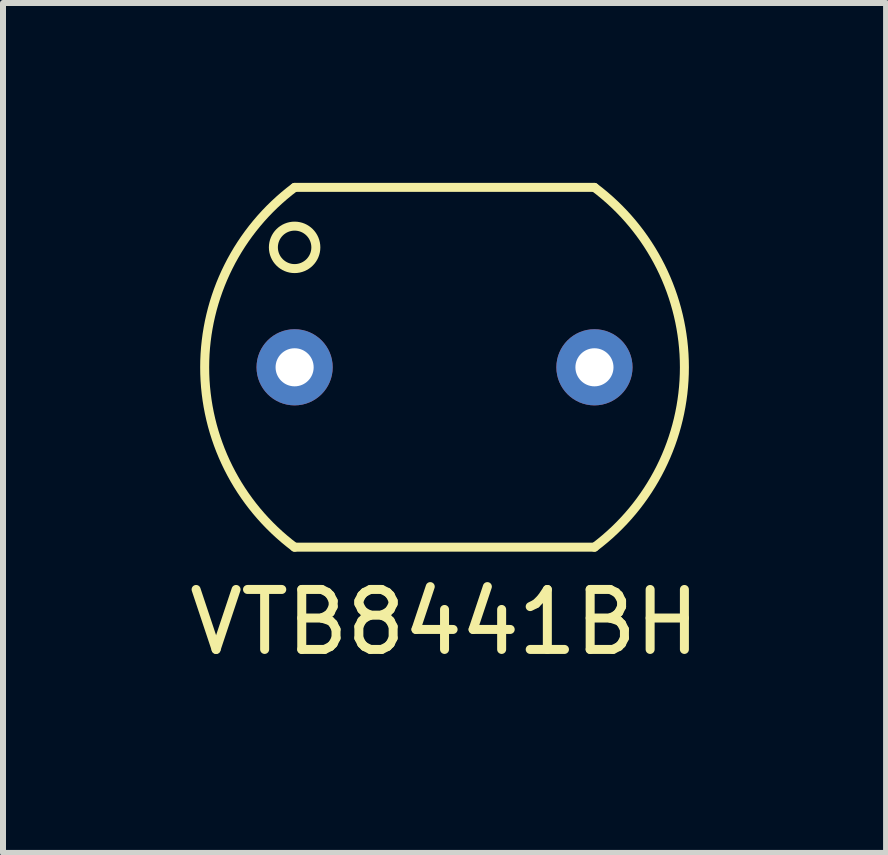
<source format=kicad_pcb>
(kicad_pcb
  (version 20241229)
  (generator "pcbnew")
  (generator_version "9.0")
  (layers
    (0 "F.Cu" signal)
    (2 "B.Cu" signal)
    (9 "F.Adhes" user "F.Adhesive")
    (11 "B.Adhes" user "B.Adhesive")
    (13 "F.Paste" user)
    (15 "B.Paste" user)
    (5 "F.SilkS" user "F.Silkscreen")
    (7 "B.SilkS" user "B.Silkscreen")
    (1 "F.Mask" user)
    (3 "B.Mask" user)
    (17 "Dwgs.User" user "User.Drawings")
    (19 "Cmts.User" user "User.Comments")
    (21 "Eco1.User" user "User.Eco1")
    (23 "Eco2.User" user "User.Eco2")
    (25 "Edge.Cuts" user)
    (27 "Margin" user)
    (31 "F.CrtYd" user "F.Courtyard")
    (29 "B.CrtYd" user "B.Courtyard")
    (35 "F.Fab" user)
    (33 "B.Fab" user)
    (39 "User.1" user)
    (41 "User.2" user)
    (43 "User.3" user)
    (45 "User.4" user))
  (footprint "VTB8441BH"
    (layer "F.Cu")
    (at 4.363 3.075)
    (property "Reference" "VTB8441BH" (at 0 4.25 0) (layer "F.SilkS") (effects (font (size 1 1) (thickness 0.15))))
    (attr through_hole)
    (fp_line (start -2.5 -3) (end 2.5 -3) (stroke (width 0.15) (type solid)) (layer "F.SilkS"))
    (fp_line (start -2.5 3) (end 2.5 3) (stroke (width 0.15) (type solid)) (layer "F.SilkS"))
    (fp_arc (start -2.499999 3) (mid -3.999999 0.000001) (end -2.5 -2.999999) (stroke (width 0.15) (type solid)) (layer "F.SilkS"))
    (fp_arc (start 2.499999 -3) (mid 3.999999 -0.000001) (end 2.5 2.999999) (stroke (width 0.15) (type solid)) (layer "F.SilkS"))
    (fp_circle (center -2.5 -2) (end -2.146 -2) (stroke (width 0.15) (type solid)) (fill no) (layer "F.SilkS"))
    (pad "1" thru_hole circle (at -2.5 0) (size 1.27 1.27) (drill 0.635) (layers "*.Cu" "*.Mask"))
    (pad "2" thru_hole circle (at 2.5 0) (size 1.27 1.27) (drill 0.635) (layers "*.Cu" "*.Mask")))
  (gr_rect
    (start -3 -3)
    (end 11.726 11.173)
    (stroke (width 0.1) (type default))
    (fill no)
    (layer "Edge.Cuts")))
</source>
